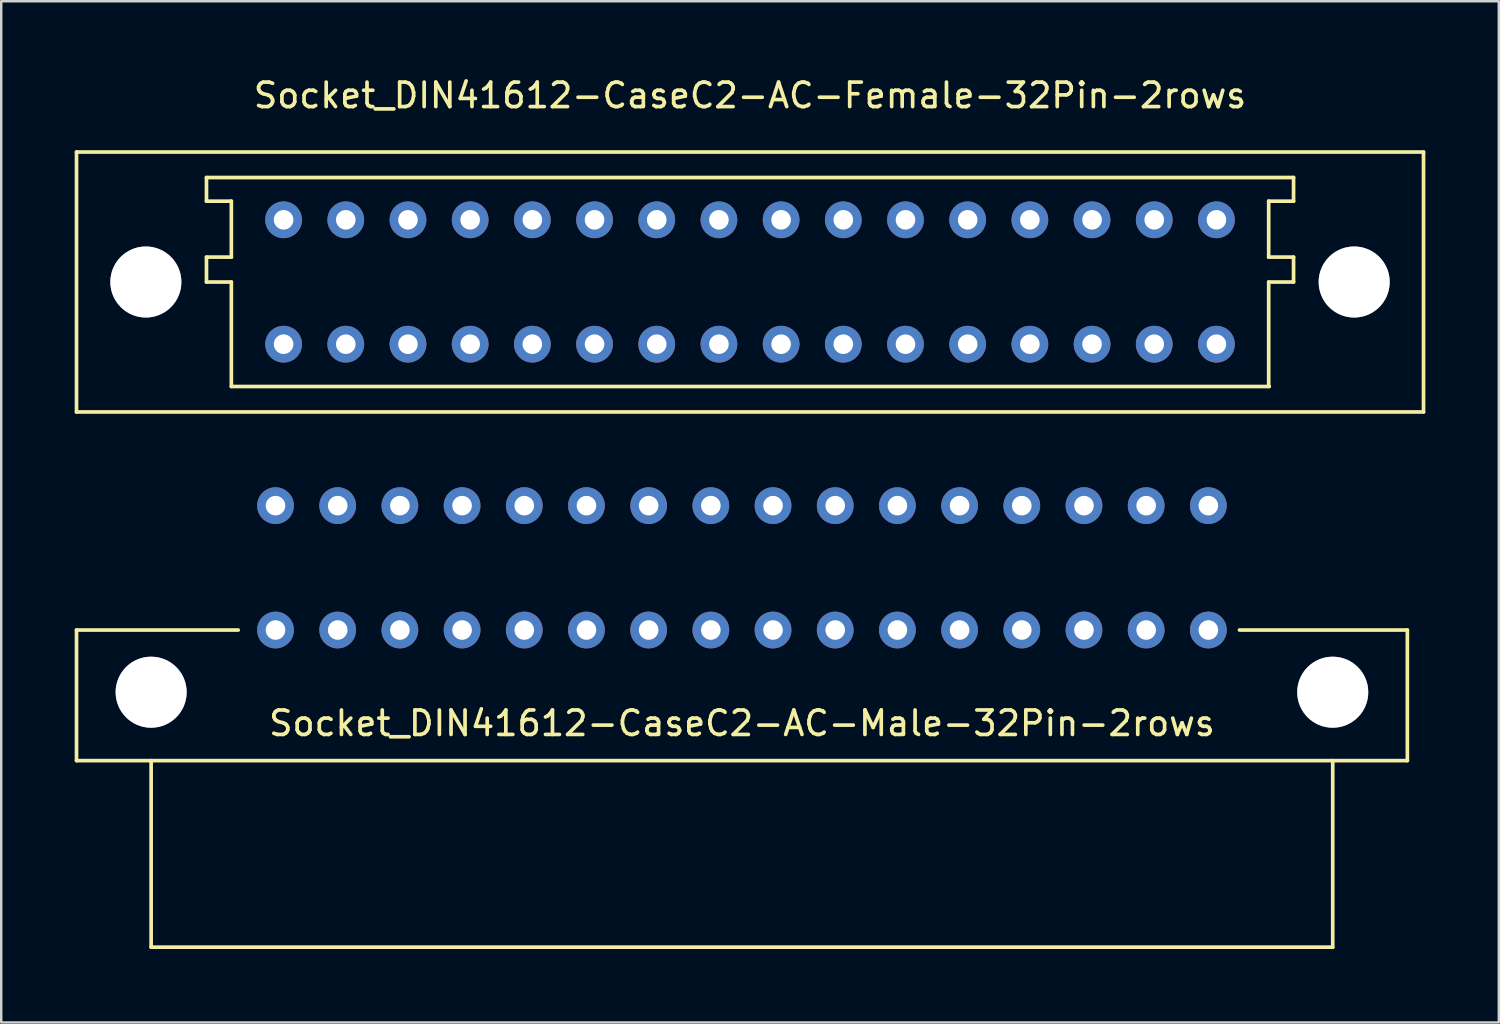
<source format=kicad_pcb>
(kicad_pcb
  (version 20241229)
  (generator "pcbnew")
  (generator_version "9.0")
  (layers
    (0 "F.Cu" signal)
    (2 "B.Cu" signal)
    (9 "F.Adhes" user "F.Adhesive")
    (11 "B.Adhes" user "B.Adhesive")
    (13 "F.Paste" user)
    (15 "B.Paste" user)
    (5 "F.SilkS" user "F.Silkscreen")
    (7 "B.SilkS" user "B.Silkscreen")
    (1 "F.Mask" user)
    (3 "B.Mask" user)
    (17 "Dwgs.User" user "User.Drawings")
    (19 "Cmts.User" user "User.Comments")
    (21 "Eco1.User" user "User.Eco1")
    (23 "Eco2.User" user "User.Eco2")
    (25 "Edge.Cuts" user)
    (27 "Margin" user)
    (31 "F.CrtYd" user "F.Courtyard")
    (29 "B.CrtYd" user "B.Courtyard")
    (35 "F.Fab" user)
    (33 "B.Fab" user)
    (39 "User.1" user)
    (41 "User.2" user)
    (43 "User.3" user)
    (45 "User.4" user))
  (footprint "Socket_DIN41612-CaseC2-AC-Female-32Pin-2rows"
    (layer "F.Cu")
    (at 27.583 8.468)
    (property "Reference" "Socket_DIN41612-CaseC2-AC-Female-32Pin-2rows" (at 0 -7.62 0) (layer "F.SilkS") (effects (font (size 1 1) (thickness 0.15))))
    (attr through_hole)
    (fp_line (start -27.508 -5.309) (end -27.508 5.309) (stroke (width 0.15) (type solid)) (layer "F.SilkS"))
    (fp_line (start -27.508 5.309) (end 27.508 5.309) (stroke (width 0.15) (type solid)) (layer "F.SilkS"))
    (fp_line (start -22.2 -3.302) (end -22.2 -4.267) (stroke (width 0.15) (type solid)) (layer "F.SilkS"))
    (fp_line (start -22.2 -1.016) (end -21.184 -1.016) (stroke (width 0.15) (type solid)) (layer "F.SilkS"))
    (fp_line (start -22.2 0) (end -22.2 -1.016) (stroke (width 0.15) (type solid)) (layer "F.SilkS"))
    (fp_line (start -21.184 -3.302) (end -22.2 -3.302) (stroke (width 0.15) (type solid)) (layer "F.SilkS"))
    (fp_line (start -21.184 -1.016) (end -21.184 -3.302) (stroke (width 0.15) (type solid)) (layer "F.SilkS"))
    (fp_line (start -21.184 0) (end -22.2 0) (stroke (width 0.15) (type solid)) (layer "F.SilkS"))
    (fp_line (start -21.184 4.267) (end -21.184 0) (stroke (width 0.15) (type solid)) (layer "F.SilkS"))
    (fp_line (start 21.184 -3.302) (end 22.2 -3.302) (stroke (width 0.15) (type solid)) (layer "F.SilkS"))
    (fp_line (start 21.184 -1.016) (end 21.184 -3.302) (stroke (width 0.15) (type solid)) (layer "F.SilkS"))
    (fp_line (start 21.184 0) (end 22.2 0) (stroke (width 0.15) (type solid)) (layer "F.SilkS"))
    (fp_line (start 21.184 4.267) (end 21.184 0) (stroke (width 0.15) (type solid)) (layer "F.SilkS"))
    (fp_line (start 21.209 4.267) (end -21.184 4.267) (stroke (width 0.15) (type solid)) (layer "F.SilkS"))
    (fp_line (start 22.2 -4.267) (end -22.2 -4.267) (stroke (width 0.15) (type solid)) (layer "F.SilkS"))
    (fp_line (start 22.2 -3.302) (end 22.2 -4.267) (stroke (width 0.15) (type solid)) (layer "F.SilkS"))
    (fp_line (start 22.2 -1.016) (end 21.184 -1.016) (stroke (width 0.15) (type solid)) (layer "F.SilkS"))
    (fp_line (start 22.2 0) (end 22.2 -1.016) (stroke (width 0.15) (type solid)) (layer "F.SilkS"))
    (fp_line (start 27.508 -5.309) (end -27.508 -5.309) (stroke (width 0.15) (type solid)) (layer "F.SilkS"))
    (fp_line (start 27.508 5.309) (end 27.508 -5.309) (stroke (width 0.15) (type solid)) (layer "F.SilkS"))
    (pad "1" thru_hole circle (at -24.676 0) (size 2.901 2.901) (drill 2.901) (layers "*.Cu" "*.Mask"))
    (pad "1" thru_hole circle (at 24.676 0) (size 2.901 2.901) (drill 2.901) (layers "*.Cu" "*.Mask"))
    (pad "1a" thru_hole circle (at 19.05 -2.54 180) (size 1.501 1.501) (drill 0.8) (layers "*.Cu" "*.Mask"))
    (pad "1c" thru_hole circle (at 19.05 2.54 180) (size 1.501 1.501) (drill 0.8) (layers "*.Cu" "*.Mask"))
    (pad "2a" thru_hole circle (at 16.51 -2.54 180) (size 1.501 1.501) (drill 0.8) (layers "*.Cu" "*.Mask"))
    (pad "2c" thru_hole circle (at 16.51 2.54 180) (size 1.501 1.501) (drill 0.8) (layers "*.Cu" "*.Mask"))
    (pad "3a" thru_hole circle (at 13.97 -2.54 180) (size 1.501 1.501) (drill 0.8) (layers "*.Cu" "*.Mask"))
    (pad "3c" thru_hole circle (at 13.97 2.54 180) (size 1.501 1.501) (drill 0.8) (layers "*.Cu" "*.Mask"))
    (pad "4a" thru_hole circle (at 11.43 -2.54 180) (size 1.501 1.501) (drill 0.8) (layers "*.Cu" "*.Mask"))
    (pad "4c" thru_hole circle (at 11.43 2.54 180) (size 1.501 1.501) (drill 0.8) (layers "*.Cu" "*.Mask"))
    (pad "5a" thru_hole circle (at 8.89 -2.54 180) (size 1.501 1.501) (drill 0.8) (layers "*.Cu" "*.Mask"))
    (pad "5c" thru_hole circle (at 8.89 2.54 180) (size 1.501 1.501) (drill 0.8) (layers "*.Cu" "*.Mask"))
    (pad "6a" thru_hole circle (at 6.35 -2.54 180) (size 1.501 1.501) (drill 0.8) (layers "*.Cu" "*.Mask"))
    (pad "6c" thru_hole circle (at 6.35 2.54 180) (size 1.501 1.501) (drill 0.8) (layers "*.Cu" "*.Mask"))
    (pad "7a" thru_hole circle (at 3.81 -2.54 180) (size 1.501 1.501) (drill 0.8) (layers "*.Cu" "*.Mask"))
    (pad "7c" thru_hole circle (at 3.81 2.54 180) (size 1.501 1.501) (drill 0.8) (layers "*.Cu" "*.Mask"))
    (pad "8a" thru_hole circle (at 1.27 -2.54 180) (size 1.501 1.501) (drill 0.8) (layers "*.Cu" "*.Mask"))
    (pad "8c" thru_hole circle (at 1.27 2.54 180) (size 1.501 1.501) (drill 0.8) (layers "*.Cu" "*.Mask"))
    (pad "9a" thru_hole circle (at -1.27 -2.54 180) (size 1.501 1.501) (drill 0.8) (layers "*.Cu" "*.Mask"))
    (pad "9c" thru_hole circle (at -1.27 2.54 180) (size 1.501 1.501) (drill 0.8) (layers "*.Cu" "*.Mask"))
    (pad "10a" thru_hole circle (at -3.81 -2.54 180) (size 1.501 1.501) (drill 0.8) (layers "*.Cu" "*.Mask"))
    (pad "10c" thru_hole circle (at -3.81 2.54 180) (size 1.501 1.501) (drill 0.8) (layers "*.Cu" "*.Mask"))
    (pad "11a" thru_hole circle (at -6.35 -2.54 180) (size 1.501 1.501) (drill 0.8) (layers "*.Cu" "*.Mask"))
    (pad "11c" thru_hole circle (at -6.35 2.54 180) (size 1.501 1.501) (drill 0.8) (layers "*.Cu" "*.Mask"))
    (pad "12a" thru_hole circle (at -8.89 -2.54 180) (size 1.501 1.501) (drill 0.8) (layers "*.Cu" "*.Mask"))
    (pad "12c" thru_hole circle (at -8.89 2.54 180) (size 1.501 1.501) (drill 0.8) (layers "*.Cu" "*.Mask"))
    (pad "13a" thru_hole circle (at -11.43 -2.54 180) (size 1.501 1.501) (drill 0.8) (layers "*.Cu" "*.Mask"))
    (pad "13c" thru_hole circle (at -11.43 2.54 180) (size 1.501 1.501) (drill 0.8) (layers "*.Cu" "*.Mask"))
    (pad "14a" thru_hole circle (at -13.97 -2.54 180) (size 1.501 1.501) (drill 0.8) (layers "*.Cu" "*.Mask"))
    (pad "14c" thru_hole circle (at -13.97 2.54 180) (size 1.501 1.501) (drill 0.8) (layers "*.Cu" "*.Mask"))
    (pad "15a" thru_hole circle (at -16.51 -2.54 180) (size 1.501 1.501) (drill 0.8) (layers "*.Cu" "*.Mask"))
    (pad "15c" thru_hole circle (at -16.51 2.54 180) (size 1.501 1.501) (drill 0.8) (layers "*.Cu" "*.Mask"))
    (pad "16a" thru_hole circle (at -19.05 -2.54 180) (size 1.501 1.501) (drill 0.8) (layers "*.Cu" "*.Mask"))
    (pad "16c" thru_hole circle (at -19.05 2.54 180) (size 1.501 1.501) (drill 0.8) (layers "*.Cu" "*.Mask")))
  (footprint "Socket_DIN41612-CaseC2-AC-Male-32Pin-2rows"
    (layer "F.Cu")
    (at 27.253 20.142)
    (property "Reference" "Socket_DIN41612-CaseC2-AC-Male-32Pin-2rows" (at 0 6.35 0) (layer "F.SilkS") (effects (font (size 1 1) (thickness 0.15))))
    (attr through_hole)
    (fp_line (start -27.178 2.54) (end -20.574 2.54) (stroke (width 0.15) (type solid)) (layer "F.SilkS"))
    (fp_line (start -27.178 7.874) (end -27.178 2.54) (stroke (width 0.15) (type solid)) (layer "F.SilkS"))
    (fp_line (start -24.13 15.494) (end -24.13 7.874) (stroke (width 0.15) (type solid)) (layer "F.SilkS"))
    (fp_line (start 24.13 7.874) (end 24.13 15.494) (stroke (width 0.15) (type solid)) (layer "F.SilkS"))
    (fp_line (start 24.13 15.494) (end -24.13 15.494) (stroke (width 0.15) (type solid)) (layer "F.SilkS"))
    (fp_line (start 27.178 2.54) (end 20.32 2.54) (stroke (width 0.15) (type solid)) (layer "F.SilkS"))
    (fp_line (start 27.178 2.54) (end 27.178 7.874) (stroke (width 0.15) (type solid)) (layer "F.SilkS"))
    (fp_line (start 27.178 7.874) (end -27.178 7.874) (stroke (width 0.15) (type solid)) (layer "F.SilkS"))
    (pad "1" thru_hole circle (at -24.13 5.08) (size 2.901 2.901) (drill 2.901) (layers "*.Cu" "*.Mask"))
    (pad "1" thru_hole circle (at 24.13 5.08) (size 2.901 2.901) (drill 2.901) (layers "*.Cu" "*.Mask"))
    (pad "1a" thru_hole circle (at 19.05 -2.54 180) (size 1.501 1.501) (drill 0.8) (layers "*.Cu" "*.Mask"))
    (pad "1c" thru_hole circle (at 19.05 2.54 180) (size 1.501 1.501) (drill 0.8) (layers "*.Cu" "*.Mask"))
    (pad "2a" thru_hole circle (at 16.51 -2.54 180) (size 1.501 1.501) (drill 0.8) (layers "*.Cu" "*.Mask"))
    (pad "2c" thru_hole circle (at 16.51 2.54 180) (size 1.501 1.501) (drill 0.8) (layers "*.Cu" "*.Mask"))
    (pad "3a" thru_hole circle (at 13.97 -2.54 180) (size 1.501 1.501) (drill 0.8) (layers "*.Cu" "*.Mask"))
    (pad "3c" thru_hole circle (at 13.97 2.54 180) (size 1.501 1.501) (drill 0.8) (layers "*.Cu" "*.Mask"))
    (pad "4a" thru_hole circle (at 11.43 -2.54 180) (size 1.501 1.501) (drill 0.8) (layers "*.Cu" "*.Mask"))
    (pad "4c" thru_hole circle (at 11.43 2.54 180) (size 1.501 1.501) (drill 0.8) (layers "*.Cu" "*.Mask"))
    (pad "5a" thru_hole circle (at 8.89 -2.54 180) (size 1.501 1.501) (drill 0.8) (layers "*.Cu" "*.Mask"))
    (pad "5c" thru_hole circle (at 8.89 2.54 180) (size 1.501 1.501) (drill 0.8) (layers "*.Cu" "*.Mask"))
    (pad "6a" thru_hole circle (at 6.35 -2.54 180) (size 1.501 1.501) (drill 0.8) (layers "*.Cu" "*.Mask"))
    (pad "6c" thru_hole circle (at 6.35 2.54 180) (size 1.501 1.501) (drill 0.8) (layers "*.Cu" "*.Mask"))
    (pad "7a" thru_hole circle (at 3.81 -2.54 180) (size 1.501 1.501) (drill 0.8) (layers "*.Cu" "*.Mask"))
    (pad "7c" thru_hole circle (at 3.81 2.54 180) (size 1.501 1.501) (drill 0.8) (layers "*.Cu" "*.Mask"))
    (pad "8a" thru_hole circle (at 1.27 -2.54 180) (size 1.501 1.501) (drill 0.8) (layers "*.Cu" "*.Mask"))
    (pad "8c" thru_hole circle (at 1.27 2.54 180) (size 1.501 1.501) (drill 0.8) (layers "*.Cu" "*.Mask"))
    (pad "9a" thru_hole circle (at -1.27 -2.54 180) (size 1.501 1.501) (drill 0.8) (layers "*.Cu" "*.Mask"))
    (pad "9c" thru_hole circle (at -1.27 2.54 180) (size 1.501 1.501) (drill 0.8) (layers "*.Cu" "*.Mask"))
    (pad "10a" thru_hole circle (at -3.81 -2.54 180) (size 1.501 1.501) (drill 0.8) (layers "*.Cu" "*.Mask"))
    (pad "10c" thru_hole circle (at -3.81 2.54 180) (size 1.501 1.501) (drill 0.8) (layers "*.Cu" "*.Mask"))
    (pad "11a" thru_hole circle (at -6.35 -2.54 180) (size 1.501 1.501) (drill 0.8) (layers "*.Cu" "*.Mask"))
    (pad "11c" thru_hole circle (at -6.35 2.54 180) (size 1.501 1.501) (drill 0.8) (layers "*.Cu" "*.Mask"))
    (pad "12a" thru_hole circle (at -8.89 -2.54 180) (size 1.501 1.501) (drill 0.8) (layers "*.Cu" "*.Mask"))
    (pad "12c" thru_hole circle (at -8.89 2.54 180) (size 1.501 1.501) (drill 0.8) (layers "*.Cu" "*.Mask"))
    (pad "13a" thru_hole circle (at -11.43 -2.54 180) (size 1.501 1.501) (drill 0.8) (layers "*.Cu" "*.Mask"))
    (pad "13c" thru_hole circle (at -11.43 2.54 180) (size 1.501 1.501) (drill 0.8) (layers "*.Cu" "*.Mask"))
    (pad "14a" thru_hole circle (at -13.97 -2.54 180) (size 1.501 1.501) (drill 0.8) (layers "*.Cu" "*.Mask"))
    (pad "14c" thru_hole circle (at -13.97 2.54 180) (size 1.501 1.501) (drill 0.8) (layers "*.Cu" "*.Mask"))
    (pad "15a" thru_hole circle (at -16.51 -2.54 180) (size 1.501 1.501) (drill 0.8) (layers "*.Cu" "*.Mask"))
    (pad "15c" thru_hole circle (at -16.51 2.54 180) (size 1.501 1.501) (drill 0.8) (layers "*.Cu" "*.Mask"))
    (pad "16a" thru_hole circle (at -19.05 -2.54 180) (size 1.501 1.501) (drill 0.8) (layers "*.Cu" "*.Mask"))
    (pad "16c" thru_hole circle (at -19.05 2.54 180) (size 1.501 1.501) (drill 0.8) (layers "*.Cu" "*.Mask")))
  (gr_rect
    (start -3 -3)
    (end 58.166 38.711)
    (stroke (width 0.1) (type default))
    (fill no)
    (layer "Edge.Cuts")))
</source>
